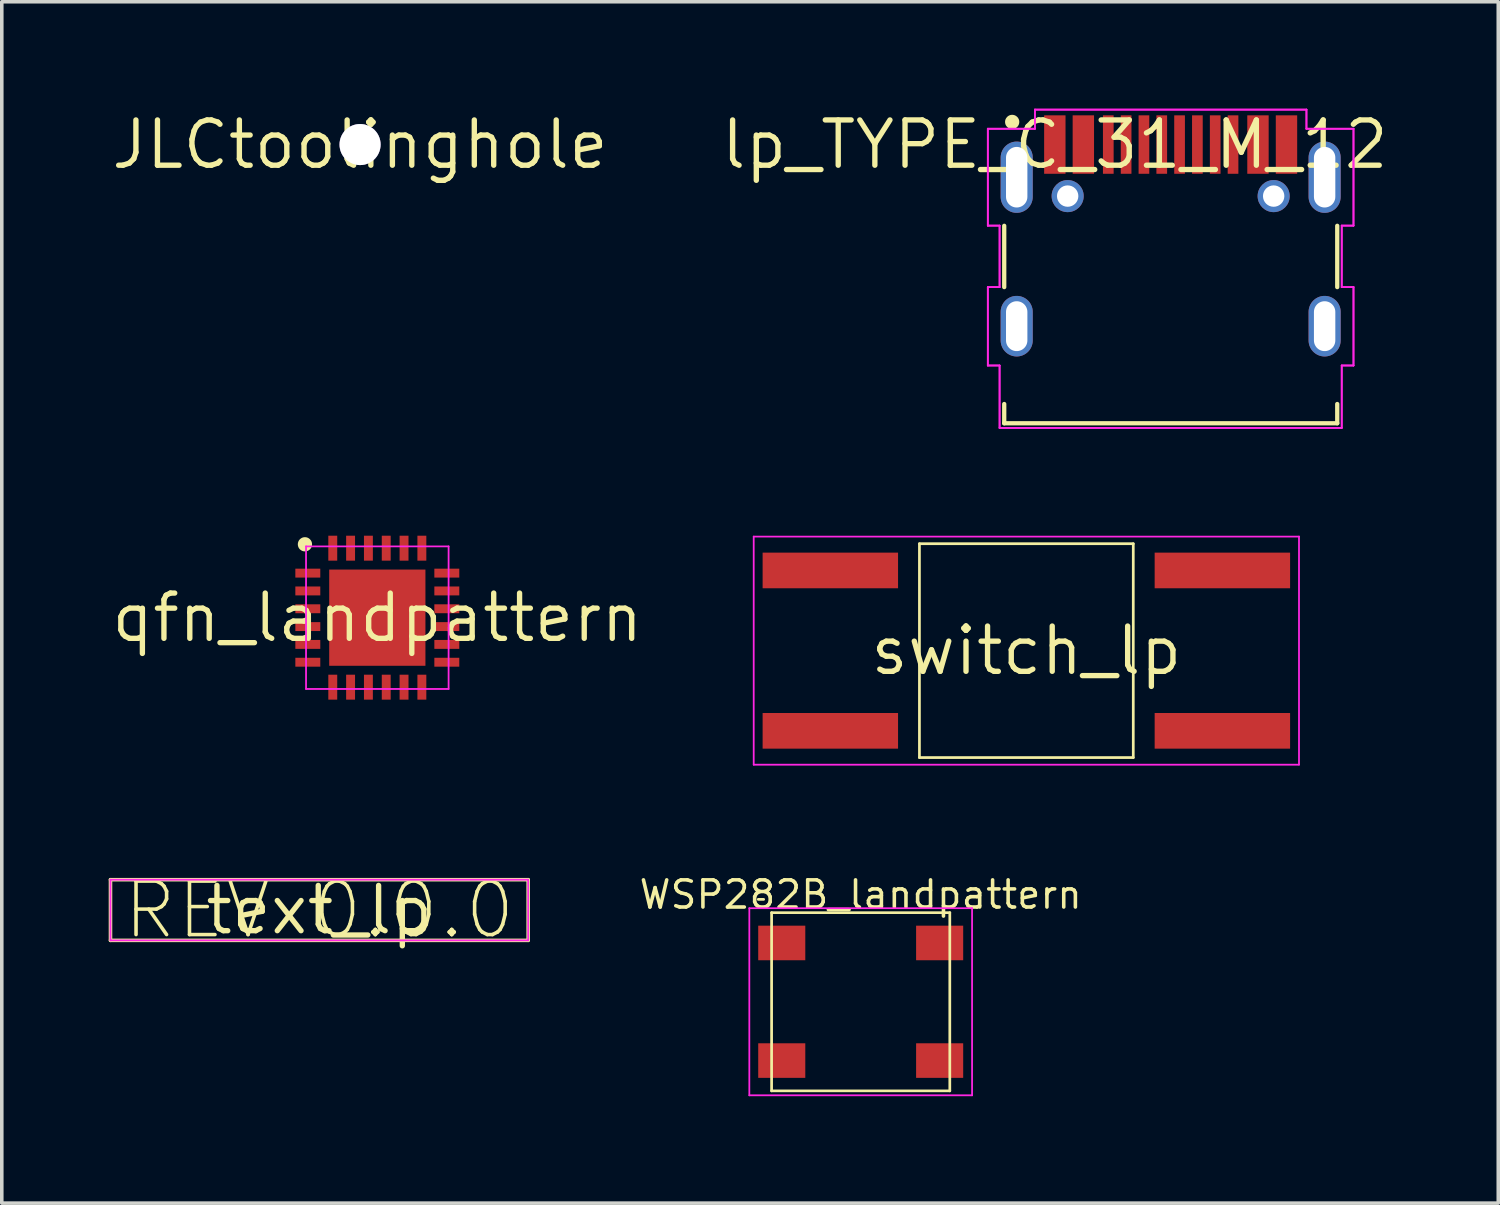
<source format=kicad_pcb>
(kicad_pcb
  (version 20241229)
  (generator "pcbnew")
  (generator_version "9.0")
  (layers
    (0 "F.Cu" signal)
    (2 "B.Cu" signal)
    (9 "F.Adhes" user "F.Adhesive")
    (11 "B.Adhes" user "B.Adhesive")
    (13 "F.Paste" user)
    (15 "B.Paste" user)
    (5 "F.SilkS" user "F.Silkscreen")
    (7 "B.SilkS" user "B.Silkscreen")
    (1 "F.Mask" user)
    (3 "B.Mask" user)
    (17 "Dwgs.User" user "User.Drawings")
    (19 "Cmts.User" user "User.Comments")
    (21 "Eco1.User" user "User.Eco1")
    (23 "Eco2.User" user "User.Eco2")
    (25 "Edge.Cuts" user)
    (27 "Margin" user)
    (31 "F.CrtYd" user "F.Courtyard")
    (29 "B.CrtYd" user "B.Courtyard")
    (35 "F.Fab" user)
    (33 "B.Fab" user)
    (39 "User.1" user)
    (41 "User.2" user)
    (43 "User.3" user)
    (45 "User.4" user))
  (footprint "qfn_landpattern"
    (layer "F.Cu")
    (at 7.537 14.281)
    (property "Reference" "qfn_landpattern" (at 0 0 0) (layer "F.SilkS") (effects (font (size 1.27 1.27) (thickness 0.15))))
    (attr through_hole)
    (fp_poly (pts (xy -1.835 -2.02) (xy -1.831 -2.059) (xy -1.835 -2.098) (xy -1.846 -2.135) (xy -1.865 -2.17) (xy -1.89 -2.2) (xy -1.92 -2.225) (xy -1.955 -2.244) (xy -1.992 -2.255) (xy -2.031 -2.259) (xy -2.07 -2.255) (xy -2.108 -2.244) (xy -2.142 -2.225) (xy -2.173 -2.2) (xy -2.198 -2.17) (xy -2.216 -2.135) (xy -2.227 -2.098) (xy -2.231 -2.059) (xy -2.227 -2.02) (xy -2.216 -1.982) (xy -2.198 -1.948) (xy -2.173 -1.917) (xy -2.142 -1.893) (xy -2.108 -1.874) (xy -2.07 -1.863) (xy -2.031 -1.859) (xy -1.992 -1.863) (xy -1.955 -1.874) (xy -1.92 -1.893) (xy -1.89 -1.917) (xy -1.865 -1.948) (xy -1.846 -1.982)) (stroke (width 0) (type solid)) (fill yes) (layer "F.SilkS"))
    (fp_line (start -2 -2) (end 2 -2) (stroke (width 0.05) (type solid)) (layer "F.CrtYd"))
    (fp_line (start -2 2) (end -2 -2) (stroke (width 0.05) (type solid)) (layer "F.CrtYd"))
    (fp_line (start 2 -2) (end 2 2) (stroke (width 0.05) (type solid)) (layer "F.CrtYd"))
    (fp_line (start 2 2) (end -2 2) (stroke (width 0.05) (type solid)) (layer "F.CrtYd"))
    (pad "1" smd rect (at -1.95 -1.25 270) (size 0.25 0.7) (layers "F.Cu" "F.Paste"))
    (pad "2" smd rect (at -1.95 -0.75 270) (size 0.25 0.7) (layers "F.Cu" "F.Paste"))
    (pad "3" smd rect (at -1.95 -0.25 270) (size 0.25 0.7) (layers "F.Cu" "F.Paste"))
    (pad "4" smd rect (at -1.95 0.25 270) (size 0.25 0.7) (layers "F.Cu" "F.Paste"))
    (pad "5" smd rect (at -1.95 0.75 270) (size 0.25 0.7) (layers "F.Cu" "F.Paste"))
    (pad "6" smd rect (at -1.95 1.25 270) (size 0.25 0.7) (layers "F.Cu" "F.Paste"))
    (pad "7" smd rect (at -1.25 1.95) (size 0.25 0.7) (layers "F.Cu" "F.Paste"))
    (pad "8" smd rect (at -0.75 1.95) (size 0.25 0.7) (layers "F.Cu" "F.Paste"))
    (pad "9" smd rect (at -0.25 1.95) (size 0.25 0.7) (layers "F.Cu" "F.Paste"))
    (pad "10" smd rect (at 0.25 1.95) (size 0.25 0.7) (layers "F.Cu" "F.Paste"))
    (pad "11" smd rect (at 0.75 1.95) (size 0.25 0.7) (layers "F.Cu" "F.Paste"))
    (pad "12" smd rect (at 1.25 1.95) (size 0.25 0.7) (layers "F.Cu" "F.Paste"))
    (pad "13" smd rect (at 1.95 1.25 90) (size 0.25 0.7) (layers "F.Cu" "F.Paste"))
    (pad "14" smd rect (at 1.95 0.75 90) (size 0.25 0.7) (layers "F.Cu" "F.Paste"))
    (pad "15" smd rect (at 1.95 0.25 90) (size 0.25 0.7) (layers "F.Cu" "F.Paste"))
    (pad "16" smd rect (at 1.95 -0.25 90) (size 0.25 0.7) (layers "F.Cu" "F.Paste"))
    (pad "17" smd rect (at 1.95 -0.75 90) (size 0.25 0.7) (layers "F.Cu" "F.Paste"))
    (pad "18" smd rect (at 1.95 -1.25 90) (size 0.25 0.7) (layers "F.Cu" "F.Paste"))
    (pad "19" smd rect (at 1.25 -1.95 180) (size 0.25 0.7) (layers "F.Cu" "F.Paste"))
    (pad "20" smd rect (at 0.75 -1.95 180) (size 0.25 0.7) (layers "F.Cu" "F.Paste"))
    (pad "21" smd rect (at 0.25 -1.95 180) (size 0.25 0.7) (layers "F.Cu" "F.Paste"))
    (pad "22" smd rect (at -0.25 -1.95 180) (size 0.25 0.7) (layers "F.Cu" "F.Paste"))
    (pad "23" smd rect (at -0.75 -1.95 180) (size 0.25 0.7) (layers "F.Cu" "F.Paste"))
    (pad "24" smd rect (at -1.25 -1.95 180) (size 0.25 0.7) (layers "F.Cu" "F.Paste"))
    (pad "25" smd rect (at 0 0) (size 2.7 2.7) (layers "F.Cu" "F.Paste")))
  (footprint "text_lp"
    (layer "F.Cu")
    (at 5.91 22.484)
    (property "Reference" "text_lp" (at 0 0 0) (layer "F.SilkS") (effects (font (size 1.27 1.27) (thickness 0.15))))
    (attr through_hole)
    (fp_line (start -5.86 -0.851) (end 5.86 -0.851) (stroke (width 0.1) (type solid)) (layer "F.SilkS"))
    (fp_line (start -5.86 0.851) (end -5.86 -0.851) (stroke (width 0.1) (type solid)) (layer "F.SilkS"))
    (fp_line (start 5.86 -0.851) (end 5.86 0.851) (stroke (width 0.1) (type solid)) (layer "F.SilkS"))
    (fp_line (start 5.86 0.851) (end -5.86 0.851) (stroke (width 0.1) (type solid)) (layer "F.SilkS"))
    (fp_line (start -5.86 -0.851) (end -5.86 0.851) (stroke (width 0.05) (type solid)) (layer "F.CrtYd"))
    (fp_line (start -5.86 0.851) (end 5.86 0.851) (stroke (width 0.05) (type solid)) (layer "F.CrtYd"))
    (fp_line (start 5.86 -0.851) (end -5.86 -0.851) (stroke (width 0.05) (type solid)) (layer "F.CrtYd"))
    (fp_line (start 5.86 0.851) (end 5.86 -0.851) (stroke (width 0.05) (type solid)) (layer "F.CrtYd"))
    (fp_text user "REV 0.0.0" (at 0 0 0) (layer "F.SilkS") (effects (font (size 1.5 1.5) (thickness 0.1)))))
  (footprint "JLCtoolinghole"
    (layer "F.Cu")
    (at 7.053 1.006)
    (property "Reference" "JLCtoolinghole" (at 0 0 0) (layer "F.SilkS") (effects (font (size 1.27 1.27) (thickness 0.15))))
    (attr through_hole)
    (pad "1" thru_hole oval (at 0 0) (size 1.152 1.152) (drill 1.152) (layers "*.Cu")))
  (footprint "switch_lp"
    (layer "F.Cu")
    (at 25.748 15.206)
    (property "Reference" "switch_lp" (at 0 0 0) (layer "F.SilkS") (effects (font (size 1.27 1.27) (thickness 0.15))))
    (attr through_hole)
    (fp_line (start -3 -3) (end 3 -3) (stroke (width 0.076) (type solid)) (layer "F.SilkS"))
    (fp_line (start -3 3) (end -3 -3) (stroke (width 0.076) (type solid)) (layer "F.SilkS"))
    (fp_line (start -3 3) (end 3 3) (stroke (width 0.076) (type solid)) (layer "F.SilkS"))
    (fp_line (start 3 3) (end 3 -3) (stroke (width 0.076) (type solid)) (layer "F.SilkS"))
    (fp_line (start -7.65 -3.2) (end 7.65 -3.2) (stroke (width 0.05) (type solid)) (layer "F.CrtYd"))
    (fp_line (start -7.65 3.2) (end -7.65 -3.2) (stroke (width 0.05) (type solid)) (layer "F.CrtYd"))
    (fp_line (start 7.65 -3.2) (end 7.65 3.2) (stroke (width 0.05) (type solid)) (layer "F.CrtYd"))
    (fp_line (start 7.65 3.2) (end -7.65 3.2) (stroke (width 0.05) (type solid)) (layer "F.CrtYd"))
    (pad "1" smd rect (at -5.5 -2.25) (size 3.8 1) (layers "F.Cu" "F.Paste"))
    (pad "2" smd rect (at -5.5 2.25) (size 3.8 1) (layers "F.Cu" "F.Paste"))
    (pad "3" smd rect (at 5.5 2.25) (size 3.8 1) (layers "F.Cu" "F.Paste"))
    (pad "4" smd rect (at 5.5 -2.25) (size 3.8 1) (layers "F.Cu" "F.Paste")))
  (footprint "lp_TYPE_C_31_M_12"
    (layer "F.Cu")
    (at 26.547 1.006)
    (property "Reference" "lp_TYPE_C_31_M_12" (at 0 0 0) (layer "F.SilkS") (effects (font (size 1.27 1.27) (thickness 0.15))))
    (attr through_hole)
    (fp_line (start -1.42 4) (end -1.42 2.28) (stroke (width 0.12) (type solid)) (layer "F.SilkS"))
    (fp_line (start -1.42 7.82) (end -1.42 7.28) (stroke (width 0.12) (type solid)) (layer "F.SilkS"))
    (fp_line (start -1.42 7.82) (end 7.924 7.82) (stroke (width 0.12) (type solid)) (layer "F.SilkS"))
    (fp_line (start 7.924 4) (end 7.924 2.28) (stroke (width 0.12) (type solid)) (layer "F.SilkS"))
    (fp_line (start 7.924 7.82) (end 7.924 7.28) (stroke (width 0.12) (type solid)) (layer "F.SilkS"))
    (fp_poly (pts (xy -1.001 -0.596) (xy -0.997 -0.635) (xy -1.001 -0.674) (xy -1.012 -0.712) (xy -1.031 -0.746) (xy -1.056 -0.776) (xy -1.086 -0.801) (xy -1.12 -0.82) (xy -1.158 -0.831) (xy -1.197 -0.835) (xy -1.236 -0.831) (xy -1.274 -0.82) (xy -1.308 -0.801) (xy -1.338 -0.776) (xy -1.363 -0.746) (xy -1.382 -0.712) (xy -1.393 -0.674) (xy -1.397 -0.635) (xy -1.393 -0.596) (xy -1.382 -0.558) (xy -1.363 -0.524) (xy -1.338 -0.494) (xy -1.308 -0.469) (xy -1.274 -0.45) (xy -1.236 -0.439) (xy -1.197 -0.435) (xy -1.158 -0.439) (xy -1.12 -0.45) (xy -1.086 -0.469) (xy -1.056 -0.494) (xy -1.031 -0.524) (xy -1.012 -0.558)) (stroke (width 0) (type solid)) (fill yes) (layer "F.SilkS"))
    (fp_line (start -1.88 -0.443) (end -1.88 2.275) (stroke (width 0.05) (type solid)) (layer "F.CrtYd"))
    (fp_line (start -1.88 -0.443) (end -0.559 -0.443) (stroke (width 0.05) (type solid)) (layer "F.CrtYd"))
    (fp_line (start -1.88 2.275) (end -1.88 -0.443) (stroke (width 0.05) (type solid)) (layer "F.CrtYd"))
    (fp_line (start -1.88 2.275) (end -1.55 2.275) (stroke (width 0.05) (type solid)) (layer "F.CrtYd"))
    (fp_line (start -1.88 2.275) (end -1.55 2.275) (stroke (width 0.05) (type solid)) (layer "F.CrtYd"))
    (fp_line (start -1.88 4) (end -1.88 6.2) (stroke (width 0.05) (type solid)) (layer "F.CrtYd"))
    (fp_line (start -1.88 4) (end -1.55 4) (stroke (width 0.05) (type solid)) (layer "F.CrtYd"))
    (fp_line (start -1.88 6.2) (end -1.88 4) (stroke (width 0.05) (type solid)) (layer "F.CrtYd"))
    (fp_line (start -1.88 6.2) (end -1.55 6.2) (stroke (width 0.05) (type solid)) (layer "F.CrtYd"))
    (fp_line (start -1.88 6.2) (end -1.55 6.2) (stroke (width 0.05) (type solid)) (layer "F.CrtYd"))
    (fp_line (start -1.55 2.275) (end -1.55 4) (stroke (width 0.05) (type solid)) (layer "F.CrtYd"))
    (fp_line (start -1.55 4) (end -1.88 4) (stroke (width 0.05) (type solid)) (layer "F.CrtYd"))
    (fp_line (start -1.55 4) (end -1.55 2.275) (stroke (width 0.05) (type solid)) (layer "F.CrtYd"))
    (fp_line (start -1.55 6.2) (end -1.55 7.95) (stroke (width 0.05) (type solid)) (layer "F.CrtYd"))
    (fp_line (start -1.55 7.95) (end -1.55 6.2) (stroke (width 0.05) (type solid)) (layer "F.CrtYd"))
    (fp_line (start -1.55 7.95) (end 8.05 7.95) (stroke (width 0.05) (type solid)) (layer "F.CrtYd"))
    (fp_line (start -1.55 7.95) (end 8.05 7.95) (stroke (width 0.05) (type solid)) (layer "F.CrtYd"))
    (fp_line (start -0.559 -0.98) (end -0.559 -0.443) (stroke (width 0.05) (type solid)) (layer "F.CrtYd"))
    (fp_line (start -0.559 -0.98) (end 7.06 -0.98) (stroke (width 0.05) (type solid)) (layer "F.CrtYd"))
    (fp_line (start -0.559 -0.443) (end -1.88 -0.443) (stroke (width 0.05) (type solid)) (layer "F.CrtYd"))
    (fp_line (start -0.559 -0.443) (end -0.559 -0.98) (stroke (width 0.05) (type solid)) (layer "F.CrtYd"))
    (fp_line (start 7.06 -0.98) (end -0.559 -0.98) (stroke (width 0.05) (type solid)) (layer "F.CrtYd"))
    (fp_line (start 7.06 -0.443) (end 7.06 -0.98) (stroke (width 0.05) (type solid)) (layer "F.CrtYd"))
    (fp_line (start 7.06 -0.443) (end 7.06 -0.98) (stroke (width 0.05) (type solid)) (layer "F.CrtYd"))
    (fp_line (start 7.06 -0.443) (end 8.38 -0.443) (stroke (width 0.05) (type solid)) (layer "F.CrtYd"))
    (fp_line (start 8.05 2.275) (end 8.38 2.275) (stroke (width 0.05) (type solid)) (layer "F.CrtYd"))
    (fp_line (start 8.05 2.275) (end 8.38 2.275) (stroke (width 0.05) (type solid)) (layer "F.CrtYd"))
    (fp_line (start 8.05 4) (end 8.05 2.275) (stroke (width 0.05) (type solid)) (layer "F.CrtYd"))
    (fp_line (start 8.05 4) (end 8.05 2.275) (stroke (width 0.05) (type solid)) (layer "F.CrtYd"))
    (fp_line (start 8.05 4) (end 8.38 4) (stroke (width 0.05) (type solid)) (layer "F.CrtYd"))
    (fp_line (start 8.05 6.2) (end 8.38 6.2) (stroke (width 0.05) (type solid)) (layer "F.CrtYd"))
    (fp_line (start 8.05 6.2) (end 8.38 6.2) (stroke (width 0.05) (type solid)) (layer "F.CrtYd"))
    (fp_line (start 8.05 7.95) (end 8.05 6.2) (stroke (width 0.05) (type solid)) (layer "F.CrtYd"))
    (fp_line (start 8.05 7.95) (end 8.05 6.2) (stroke (width 0.05) (type solid)) (layer "F.CrtYd"))
    (fp_line (start 8.38 -0.443) (end 7.06 -0.443) (stroke (width 0.05) (type solid)) (layer "F.CrtYd"))
    (fp_line (start 8.38 2.275) (end 8.38 -0.443) (stroke (width 0.05) (type solid)) (layer "F.CrtYd"))
    (fp_line (start 8.38 2.275) (end 8.38 -0.443) (stroke (width 0.05) (type solid)) (layer "F.CrtYd"))
    (fp_line (start 8.38 4) (end 8.05 4) (stroke (width 0.05) (type solid)) (layer "F.CrtYd"))
    (fp_line (start 8.38 6.2) (end 8.38 4) (stroke (width 0.05) (type solid)) (layer "F.CrtYd"))
    (fp_line (start 8.38 6.2) (end 8.38 4) (stroke (width 0.05) (type solid)) (layer "F.CrtYd"))
    (pad "13" thru_hole oval (at -1.07 0.916 90) (size 2 0.9) (drill oval 1.7 0.6) (layers "*.Cu"))
    (pad "14" thru_hole oval (at 7.57 0.916 90) (size 2 0.9) (drill oval 1.7 0.6) (layers "*.Cu"))
    (pad "15" thru_hole oval (at -1.07 5.096 90) (size 1.7 0.9) (drill oval 1.4 0.6) (layers "*.Cu"))
    (pad "16" thru_hole oval (at 7.57 5.096 90) (size 1.7 0.9) (drill oval 1.4 0.6) (layers "*.Cu"))
    (pad "17" thru_hole oval (at 0.36 1.446 90) (size 0.9 0.9) (drill 0.6) (layers "*.Cu"))
    (pad "18" thru_hole oval (at 6.14 1.446 90) (size 0.9 0.9) (drill 0.6) (layers "*.Cu"))
    (pad "A1-B12" smd rect (at 0 0) (size 0.6 1.64) (layers "F.Cu" "F.Paste"))
    (pad "A4-B9" smd rect (at 0.8 0) (size 0.6 1.64) (layers "F.Cu" "F.Paste"))
    (pad "A5" smd rect (at 2 0) (size 0.3 1.64) (layers "F.Cu" "F.Paste"))
    (pad "A6" smd rect (at 3 0) (size 0.3 1.64) (layers "F.Cu" "F.Paste"))
    (pad "A7" smd rect (at 3.5 0) (size 0.3 1.64) (layers "F.Cu" "F.Paste"))
    (pad "A8" smd rect (at 4.5 0) (size 0.3 1.64) (layers "F.Cu" "F.Paste"))
    (pad "B1-A12" smd rect (at 6.5 0) (size 0.6 1.64) (layers "F.Cu" "F.Paste"))
    (pad "B4-A9" smd rect (at 5.7 0) (size 0.6 1.64) (layers "F.Cu" "F.Paste"))
    (pad "B5" smd rect (at 5 0) (size 0.3 1.64) (layers "F.Cu" "F.Paste"))
    (pad "B6" smd rect (at 4 0) (size 0.3 1.64) (layers "F.Cu" "F.Paste"))
    (pad "B7" smd rect (at 2.5 0) (size 0.3 1.64) (layers "F.Cu" "F.Paste"))
    (pad "B8" smd rect (at 1.5 0) (size 0.3 1.64) (layers "F.Cu" "F.Paste")))
  (footprint "WSP282B_landpattern"
    (layer "F.Cu")
    (at 21.1 25.058)
    (property "Reference" "WSP282B_landpattern" (at 0 -3.006 0) (layer "F.SilkS") (effects (font (size 0.762 0.762) (thickness 0.1))))
    (attr through_hole)
    (fp_poly (pts (xy -3.025 -1.015) (xy -1.404 -1.015) (xy -1.404 -2.285) (xy -3.025 -2.285)) (stroke (width 0) (type solid)) (fill yes) (layer "F.Mask"))
    (fp_poly (pts (xy -3.025 2.285) (xy -1.404 2.285) (xy -1.404 1.015) (xy -3.025 1.015)) (stroke (width 0) (type solid)) (fill yes) (layer "F.Mask"))
    (fp_poly (pts (xy 1.404 -1.015) (xy 3.025 -1.015) (xy 3.025 -2.285) (xy 1.404 -2.285)) (stroke (width 0) (type solid)) (fill yes) (layer "F.Mask"))
    (fp_poly (pts (xy 1.404 2.285) (xy 3.025 2.285) (xy 3.025 1.015) (xy 1.404 1.015)) (stroke (width 0) (type solid)) (fill yes) (layer "F.Mask"))
    (fp_line (start -2.875 -2.873) (end -2.723 -2.873) (stroke (width 0.076) (type solid)) (layer "F.SilkS"))
    (fp_line (start -2.5 -2.5) (end -2.5 2.5) (stroke (width 0.076) (type solid)) (layer "F.SilkS"))
    (fp_line (start -2.5 2.5) (end 2.5 2.5) (stroke (width 0.076) (type solid)) (layer "F.SilkS"))
    (fp_line (start 2.5 -2.5) (end -2.5 -2.5) (stroke (width 0.076) (type solid)) (layer "F.SilkS"))
    (fp_line (start 2.5 2.5) (end 2.5 -2.5) (stroke (width 0.076) (type solid)) (layer "F.SilkS"))
    (fp_line (start -3.125 -2.625) (end -3.125 2.625) (stroke (width 0.05) (type solid)) (layer "F.CrtYd"))
    (fp_line (start -3.125 2.625) (end 3.125 2.625) (stroke (width 0.05) (type solid)) (layer "F.CrtYd"))
    (fp_line (start 3.125 -2.625) (end -3.125 -2.625) (stroke (width 0.05) (type solid)) (layer "F.CrtYd"))
    (fp_line (start 3.125 2.625) (end 3.125 -2.625) (stroke (width 0.05) (type solid)) (layer "F.CrtYd"))
    (pad "1" smd rect (at -2.215 -1.65) (size 1.321 0.97) (layers "F.Cu" "F.Paste"))
    (pad "2" smd rect (at -2.215 1.65) (size 1.321 0.97) (layers "F.Cu" "F.Paste"))
    (pad "3" smd rect (at 2.215 1.65) (size 1.321 0.97) (layers "F.Cu" "F.Paste"))
    (pad "4" smd rect (at 2.215 -1.65) (size 1.321 0.97) (layers "F.Cu" "F.Paste")))
  (gr_rect
    (start -3 -3)
    (end 38.989 30.708)
    (stroke (width 0.1) (type default))
    (fill no)
    (layer "Edge.Cuts")))
</source>
